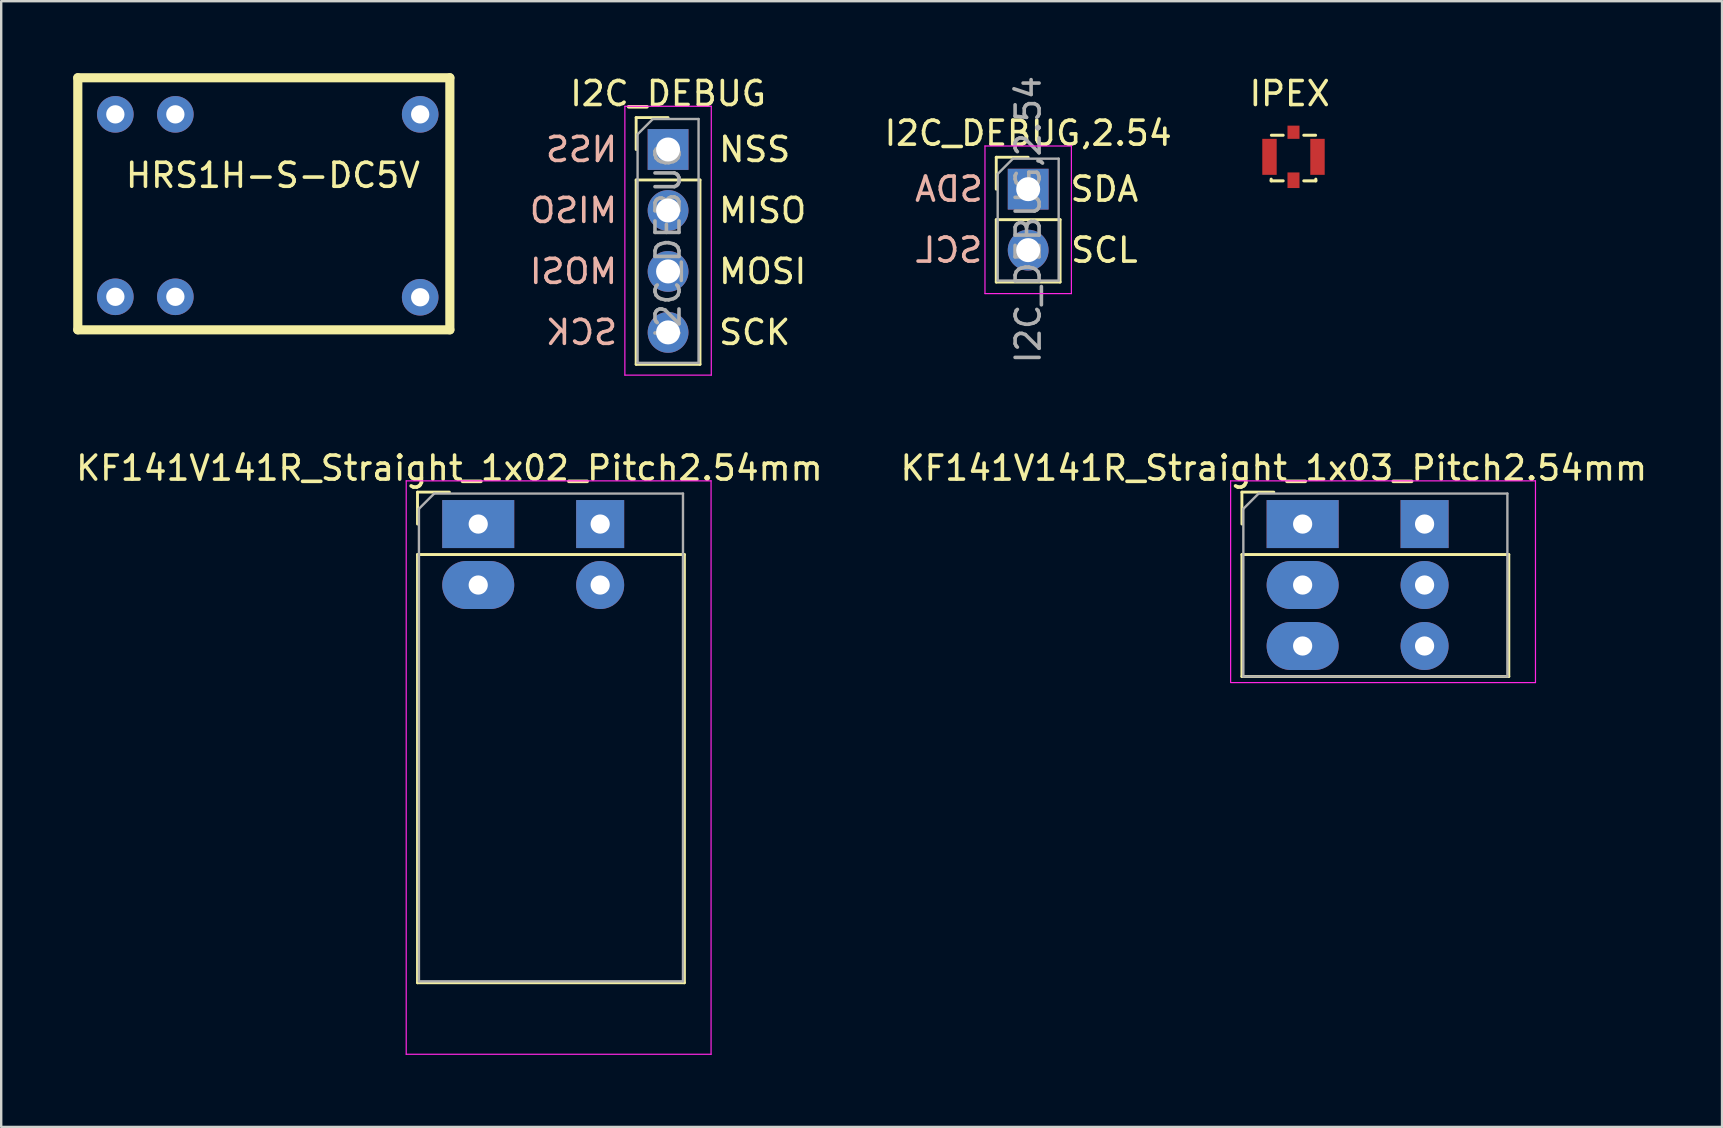
<source format=kicad_pcb>
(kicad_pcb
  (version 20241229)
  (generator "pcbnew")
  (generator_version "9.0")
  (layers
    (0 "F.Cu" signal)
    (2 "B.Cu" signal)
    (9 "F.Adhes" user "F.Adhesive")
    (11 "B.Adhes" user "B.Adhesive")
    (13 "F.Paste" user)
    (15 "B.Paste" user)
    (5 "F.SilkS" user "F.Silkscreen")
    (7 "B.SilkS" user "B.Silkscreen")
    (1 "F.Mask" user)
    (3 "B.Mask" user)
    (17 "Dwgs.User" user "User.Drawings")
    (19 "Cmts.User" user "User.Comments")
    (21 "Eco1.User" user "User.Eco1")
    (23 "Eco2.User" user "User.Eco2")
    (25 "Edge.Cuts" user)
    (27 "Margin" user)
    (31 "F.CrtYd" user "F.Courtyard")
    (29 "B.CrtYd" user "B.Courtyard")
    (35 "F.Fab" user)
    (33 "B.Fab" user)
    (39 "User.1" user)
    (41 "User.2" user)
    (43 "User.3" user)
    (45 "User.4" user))
  (footprint "HRS1H-S-DC5V"
    (layer "F.Cu")
    (at 4.255 1.714)
    (property "Reference" "HRS1H-S-DC5V" (at 4.064 2.54 0) (layer "F.SilkS") (effects (font (size 1 1) (thickness 0.15))))
    (attr through_hole)
    (fp_line (start -4.064 -1.524) (end -4.064 8.976) (stroke (width 0.381) (type solid)) (layer "F.SilkS"))
    (fp_line (start -4.064 -1.524) (end 11.436 -1.524) (stroke (width 0.381) (type solid)) (layer "F.SilkS"))
    (fp_line (start -4.064 8.976) (end 11.436 8.976) (stroke (width 0.381) (type solid)) (layer "F.SilkS"))
    (fp_line (start 11.436 8.976) (end 11.436 -1.524) (stroke (width 0.381) (type solid)) (layer "F.SilkS"))
    (pad "1" thru_hole circle (at 0 0) (size 1.524 1.524) (drill 0.762) (layers "*.Cu" "*.Mask"))
    (pad "2" thru_hole circle (at 0 7.6) (size 1.524 1.524) (drill 0.762) (layers "*.Cu" "*.Mask"))
    (pad "3" thru_hole circle (at 10.2 0) (size 1.524 1.524) (drill 0.762) (layers "*.Cu" "*.Mask"))
    (pad "3" thru_hole circle (at 10.2 7.62) (size 1.524 1.524) (drill 0.762) (layers "*.Cu" "*.Mask"))
    (pad "5" thru_hole circle (at -2.5 0) (size 1.524 1.524) (drill 0.762) (layers "*.Cu" "*.Mask"))
    (pad "6" thru_hole circle (at -2.5 7.6) (size 1.524 1.524) (drill 0.762) (layers "*.Cu" "*.Mask")))
  (footprint "I2C_DEBUG,2.54"
    (layer "F.Cu")
    (at 39.784 4.831)
    (property "Reference" "I2C_DEBUG,2.54" (at 0 -2.33 0) (layer "F.SilkS") (effects (font (size 1 1) (thickness 0.15))))
    (attr through_hole)
    (fp_line (start -1.33 -1.33) (end 0 -1.33) (stroke (width 0.12) (type solid)) (layer "F.SilkS"))
    (fp_line (start -1.33 0) (end -1.33 -1.33) (stroke (width 0.12) (type solid)) (layer "F.SilkS"))
    (fp_line (start -1.33 1.27) (end -1.33 3.87) (stroke (width 0.12) (type solid)) (layer "F.SilkS"))
    (fp_line (start -1.33 1.27) (end 1.33 1.27) (stroke (width 0.12) (type solid)) (layer "F.SilkS"))
    (fp_line (start -1.33 3.87) (end 1.33 3.87) (stroke (width 0.12) (type solid)) (layer "F.SilkS"))
    (fp_line (start 1.33 1.27) (end 1.33 3.87) (stroke (width 0.12) (type solid)) (layer "F.SilkS"))
    (fp_line (start -1.8 -1.8) (end -1.8 4.35) (stroke (width 0.05) (type solid)) (layer "F.CrtYd"))
    (fp_line (start -1.8 4.35) (end 1.8 4.35) (stroke (width 0.05) (type solid)) (layer "F.CrtYd"))
    (fp_line (start 1.8 -1.8) (end -1.8 -1.8) (stroke (width 0.05) (type solid)) (layer "F.CrtYd"))
    (fp_line (start 1.8 4.35) (end 1.8 -1.8) (stroke (width 0.05) (type solid)) (layer "F.CrtYd"))
    (fp_line (start -1.27 -0.635) (end -0.635 -1.27) (stroke (width 0.1) (type solid)) (layer "F.Fab"))
    (fp_line (start -1.27 3.81) (end -1.27 -0.635) (stroke (width 0.1) (type solid)) (layer "F.Fab"))
    (fp_line (start -0.635 -1.27) (end 1.27 -1.27) (stroke (width 0.1) (type solid)) (layer "F.Fab"))
    (fp_line (start 1.27 -1.27) (end 1.27 3.81) (stroke (width 0.1) (type solid)) (layer "F.Fab"))
    (fp_line (start 1.27 3.81) (end -1.27 3.81) (stroke (width 0.1) (type solid)) (layer "F.Fab"))
    (fp_text user "SCL" (at 3.175 2.54 0) (layer "F.SilkS") (effects (font (size 1 1) (thickness 0.15))))
    (fp_text user "SDA" (at 3.175 0 0) (layer "F.SilkS") (effects (font (size 1 1) (thickness 0.15))))
    (fp_text user "SCL" (at -3.302 2.54 0) (layer "B.SilkS") (effects (font (size 1 1) (thickness 0.15)) (justify mirror)))
    (fp_text user "SDA" (at -3.302 0 0) (layer "B.SilkS") (effects (font (size 1 1) (thickness 0.15)) (justify mirror)))
    (fp_text user "${REFERENCE}" (at 0 1.27 90) (layer "F.Fab") (effects (font (size 1 1) (thickness 0.15))))
    (pad "SCL" thru_hole oval (at 0 2.54) (size 1.7 1.7) (drill 1) (layers "*.Cu" "*.Mask"))
    (pad "SDA" thru_hole rect (at 0 0) (size 1.7 1.7) (drill 1) (layers "*.Cu" "*.Mask")))
  (footprint "KF141V141R_Straight_1x02_Pitch2.54mm"
    (layer "F.Cu")
    (at 15.673 18.782)
    (property "Reference" "KF141V141R_Straight_1x02_Pitch2.54mm" (at 0 -2.33 0) (layer "F.SilkS") (effects (font (size 1 1) (thickness 0.15))))
    (attr through_hole)
    (fp_line (start -1.33 -1.33) (end 0 -1.33) (stroke (width 0.12) (type solid)) (layer "F.SilkS"))
    (fp_line (start -1.33 0) (end -1.33 -1.33) (stroke (width 0.12) (type solid)) (layer "F.SilkS"))
    (fp_line (start -1.33 1.27) (end -1.33 19.11) (stroke (width 0.12) (type solid)) (layer "F.SilkS"))
    (fp_line (start -1.33 1.27) (end 9.79 1.27) (stroke (width 0.12) (type solid)) (layer "F.SilkS"))
    (fp_line (start -1.33 19.11) (end 9.79 19.11) (stroke (width 0.12) (type solid)) (layer "F.SilkS"))
    (fp_line (start 9.79 1.27) (end 9.79 19.11) (stroke (width 0.12) (type solid)) (layer "F.SilkS"))
    (fp_line (start -1.8 -1.8) (end -1.8 22.09) (stroke (width 0.05) (type solid)) (layer "F.CrtYd"))
    (fp_line (start -1.8 22.09) (end 10.9 22.09) (stroke (width 0.05) (type solid)) (layer "F.CrtYd"))
    (fp_line (start 10.9 -1.8) (end -1.8 -1.8) (stroke (width 0.05) (type solid)) (layer "F.CrtYd"))
    (fp_line (start 10.9 22.09) (end 10.9 -1.8) (stroke (width 0.05) (type solid)) (layer "F.CrtYd"))
    (fp_line (start -1.27 -0.635) (end -0.635 -1.27) (stroke (width 0.1) (type solid)) (layer "F.Fab"))
    (fp_line (start -1.27 19.05) (end -1.27 -0.635) (stroke (width 0.1) (type solid)) (layer "F.Fab"))
    (fp_line (start -0.635 -1.27) (end 9.73 -1.27) (stroke (width 0.1) (type solid)) (layer "F.Fab"))
    (fp_line (start 9.73 -1.27) (end 9.73 19.05) (stroke (width 0.1) (type solid)) (layer "F.Fab"))
    (fp_line (start 9.73 19.05) (end -1.27 19.05) (stroke (width 0.1) (type solid)) (layer "F.Fab"))
    (pad "1" thru_hole rect (at 1.2 0) (size 3 2) (drill 0.8) (layers "*.Cu" "*.Mask"))
    (pad "1" thru_hole rect (at 6.28 0) (size 2 2) (drill 0.8) (layers "*.Cu" "*.Mask"))
    (pad "2" thru_hole oval (at 1.2 2.54) (size 3 2) (drill 0.8) (layers "*.Cu" "*.Mask"))
    (pad "2" thru_hole oval (at 6.28 2.54) (size 2 2) (drill 0.8) (layers "*.Cu" "*.Mask")))
  (footprint "IPEX"
    (layer "F.Cu")
    (at 50.837 3.484)
    (property "Reference" "IPEX" (at -0.16 -2.635 0) (layer "F.SilkS") (effects (font (size 1 1) (thickness 0.15))))
    (attr smd)
    (fp_line (start -0.93 0.93) (end -0.93 1) (stroke (width 0.127) (type solid)) (layer "F.SilkS"))
    (fp_line (start -0.93 1) (end -0.43 1) (stroke (width 0.127) (type solid)) (layer "F.SilkS"))
    (fp_line (start -0.92 -0.9) (end -0.43 -0.9) (stroke (width 0.127) (type solid)) (layer "F.SilkS"))
    (fp_line (start 0.43 -0.9) (end 0.92 -0.9) (stroke (width 0.127) (type solid)) (layer "F.SilkS"))
    (fp_line (start 0.43 1) (end 0.93 1) (stroke (width 0.127) (type solid)) (layer "F.SilkS"))
    (fp_line (start 0.93 1) (end 0.93 0.93) (stroke (width 0.127) (type solid)) (layer "F.SilkS"))
    (fp_line (start -1.55 -1.55) (end 1.55 -1.55) (stroke (width 0.05) (type solid)) (layer "Eco1.User"))
    (fp_line (start -1.55 1.55) (end -1.55 -1.55) (stroke (width 0.05) (type solid)) (layer "Eco1.User"))
    (fp_line (start 1.55 -1.55) (end 1.55 1.55) (stroke (width 0.05) (type solid)) (layer "Eco1.User"))
    (fp_line (start 1.55 1.55) (end -1.55 1.55) (stroke (width 0.05) (type solid)) (layer "Eco1.User"))
    (fp_line (start -0.925 -0.9) (end 0.925 -0.9) (stroke (width 0.127) (type solid)) (layer "Eco2.User"))
    (fp_line (start -0.925 1) (end -0.925 -0.9) (stroke (width 0.127) (type solid)) (layer "Eco2.User"))
    (fp_line (start 0.925 -0.9) (end 0.925 1) (stroke (width 0.127) (type solid)) (layer "Eco2.User"))
    (fp_line (start 0.925 1) (end -0.925 1) (stroke (width 0.127) (type solid)) (layer "Eco2.User"))
    (pad "1" smd rect (at 0 0.975 90) (size 0.65 0.5) (layers "F.Cu" "F.Mask" "F.Paste"))
    (pad "2" smd rect (at -1 0 90) (size 1.5 0.6) (layers "F.Cu" "F.Mask" "F.Paste"))
    (pad "3" smd rect (at 0 -1.025 90) (size 0.55 0.5) (layers "F.Cu" "F.Mask" "F.Paste"))
    (pad "4" smd rect (at 1 0 90) (size 1.5 0.6) (layers "F.Cu" "F.Mask" "F.Paste")))
  (footprint "I2C_DEBUG"
    (layer "F.Cu")
    (at 24.782 3.178)
    (property "Reference" "I2C_DEBUG" (at 0 -2.33 0) (layer "F.SilkS") (effects (font (size 1 1) (thickness 0.15))))
    (attr through_hole)
    (fp_line (start -1.33 -1.33) (end 0 -1.33) (stroke (width 0.12) (type solid)) (layer "F.SilkS"))
    (fp_line (start -1.33 0) (end -1.33 -1.33) (stroke (width 0.12) (type solid)) (layer "F.SilkS"))
    (fp_line (start -1.33 1.27) (end -1.33 8.95) (stroke (width 0.12) (type solid)) (layer "F.SilkS"))
    (fp_line (start -1.33 1.27) (end 1.33 1.27) (stroke (width 0.12) (type solid)) (layer "F.SilkS"))
    (fp_line (start -1.33 8.95) (end 1.33 8.95) (stroke (width 0.12) (type solid)) (layer "F.SilkS"))
    (fp_line (start 1.33 1.27) (end 1.33 8.95) (stroke (width 0.12) (type solid)) (layer "F.SilkS"))
    (fp_line (start -1.8 -1.8) (end -1.8 9.4) (stroke (width 0.05) (type solid)) (layer "F.CrtYd"))
    (fp_line (start -1.8 9.4) (end 1.8 9.4) (stroke (width 0.05) (type solid)) (layer "F.CrtYd"))
    (fp_line (start 1.8 -1.8) (end -1.8 -1.8) (stroke (width 0.05) (type solid)) (layer "F.CrtYd"))
    (fp_line (start 1.8 9.4) (end 1.8 -1.8) (stroke (width 0.05) (type solid)) (layer "F.CrtYd"))
    (fp_line (start -1.27 -0.635) (end -0.635 -1.27) (stroke (width 0.1) (type solid)) (layer "F.Fab"))
    (fp_line (start -1.27 8.89) (end -1.27 -0.635) (stroke (width 0.1) (type solid)) (layer "F.Fab"))
    (fp_line (start -0.635 -1.27) (end 1.27 -1.27) (stroke (width 0.1) (type solid)) (layer "F.Fab"))
    (fp_line (start 1.27 -1.27) (end 1.27 8.89) (stroke (width 0.1) (type solid)) (layer "F.Fab"))
    (fp_line (start 1.27 8.89) (end -1.27 8.89) (stroke (width 0.1) (type solid)) (layer "F.Fab"))
    (fp_text user "MISO" (at 2.032 2.54 0) (layer "F.SilkS") (effects (font (size 1 1) (thickness 0.15)) (justify left)))
    (fp_text user "SCK" (at 2.032 7.62 0) (layer "F.SilkS") (effects (font (size 1 1) (thickness 0.15)) (justify left)))
    (fp_text user "MOSI" (at 2.032 5.08 0) (layer "F.SilkS") (effects (font (size 1 1) (thickness 0.15)) (justify left)))
    (fp_text user "NSS" (at 2.032 0 0) (layer "F.SilkS") (effects (font (size 1 1) (thickness 0.15)) (justify left)))
    (fp_text user "SCK" (at -2.032 7.62 0) (layer "B.SilkS") (effects (font (size 1 1) (thickness 0.15)) (justify left mirror)))
    (fp_text user "MOSI" (at -2.032 5.08 0) (layer "B.SilkS") (effects (font (size 1 1) (thickness 0.15)) (justify left mirror)))
    (fp_text user "NSS" (at -2.032 0 0) (layer "B.SilkS") (effects (font (size 1 1) (thickness 0.15)) (justify left mirror)))
    (fp_text user "MISO" (at -2.032 2.54 0) (layer "B.SilkS") (effects (font (size 1 1) (thickness 0.15)) (justify left mirror)))
    (fp_text user "${REFERENCE}" (at 0 3.81 90) (layer "F.Fab") (effects (font (size 1 1) (thickness 0.15))))
    (pad "1" thru_hole rect (at 0 0) (size 1.7 1.7) (drill 1) (layers "*.Cu" "*.Mask"))
    (pad "2" thru_hole oval (at 0 2.54) (size 1.7 1.7) (drill 1) (layers "*.Cu" "*.Mask"))
    (pad "3" thru_hole oval (at 0 5.08) (size 1.7 1.7) (drill 1) (layers "*.Cu" "*.Mask"))
    (pad "4" thru_hole oval (at 0 7.62) (size 1.7 1.7) (drill 1) (layers "*.Cu" "*.Mask")))
  (footprint "KF141V141R_Straight_1x03_Pitch2.54mm"
    (layer "F.Cu")
    (at 50.018 18.782)
    (property "Reference" "KF141V141R_Straight_1x03_Pitch2.54mm" (at 0 -2.33 0) (layer "F.SilkS") (effects (font (size 1 1) (thickness 0.15))))
    (attr through_hole)
    (fp_line (start -1.33 -1.33) (end 0 -1.33) (stroke (width 0.12) (type solid)) (layer "F.SilkS"))
    (fp_line (start -1.33 0) (end -1.33 -1.33) (stroke (width 0.12) (type solid)) (layer "F.SilkS"))
    (fp_line (start -1.33 1.27) (end -1.33 6.35) (stroke (width 0.12) (type solid)) (layer "F.SilkS"))
    (fp_line (start -1.33 1.27) (end 9.79 1.27) (stroke (width 0.12) (type solid)) (layer "F.SilkS"))
    (fp_line (start -1.33 6.35) (end 9.79 6.35) (stroke (width 0.12) (type solid)) (layer "F.SilkS"))
    (fp_line (start 9.79 1.27) (end 9.79 6.35) (stroke (width 0.12) (type solid)) (layer "F.SilkS"))
    (fp_line (start -1.8 -1.8) (end -1.8 6.604) (stroke (width 0.05) (type solid)) (layer "F.CrtYd"))
    (fp_line (start -1.778 6.604) (end 10.9 6.604) (stroke (width 0.05) (type solid)) (layer "F.CrtYd"))
    (fp_line (start 10.9 -1.8) (end -1.8 -1.8) (stroke (width 0.05) (type solid)) (layer "F.CrtYd"))
    (fp_line (start 10.9 6.604) (end 10.9 -1.8) (stroke (width 0.05) (type solid)) (layer "F.CrtYd"))
    (fp_line (start -1.27 -0.635) (end -0.635 -1.27) (stroke (width 0.1) (type solid)) (layer "F.Fab"))
    (fp_line (start -1.27 6.35) (end -1.27 -0.635) (stroke (width 0.1) (type solid)) (layer "F.Fab"))
    (fp_line (start -0.635 -1.27) (end 9.73 -1.27) (stroke (width 0.1) (type solid)) (layer "F.Fab"))
    (fp_line (start 9.73 -1.27) (end 9.73 6.35) (stroke (width 0.1) (type solid)) (layer "F.Fab"))
    (fp_line (start 9.73 6.35) (end -1.27 6.35) (stroke (width 0.1) (type solid)) (layer "F.Fab"))
    (pad "1" thru_hole rect (at 1.2 0) (size 3 2) (drill 0.8) (layers "*.Cu" "*.Mask"))
    (pad "1" thru_hole rect (at 6.28 0) (size 2 2) (drill 0.8) (layers "*.Cu" "*.Mask"))
    (pad "2" thru_hole oval (at 1.2 2.54) (size 3 2) (drill 0.8) (layers "*.Cu" "*.Mask"))
    (pad "2" thru_hole oval (at 6.28 2.54) (size 2 2) (drill 0.8) (layers "*.Cu" "*.Mask"))
    (pad "3" thru_hole oval (at 1.2 5.08) (size 3 2) (drill 0.8) (layers "*.Cu" "*.Mask"))
    (pad "3" thru_hole oval (at 6.28 5.08) (size 2 2) (drill 0.8) (layers "*.Cu" "*.Mask")))
  (gr_rect
    (start -3 -3)
    (end 68.69 43.897)
    (stroke (width 0.1) (type default))
    (fill no)
    (layer "Edge.Cuts")))
</source>
